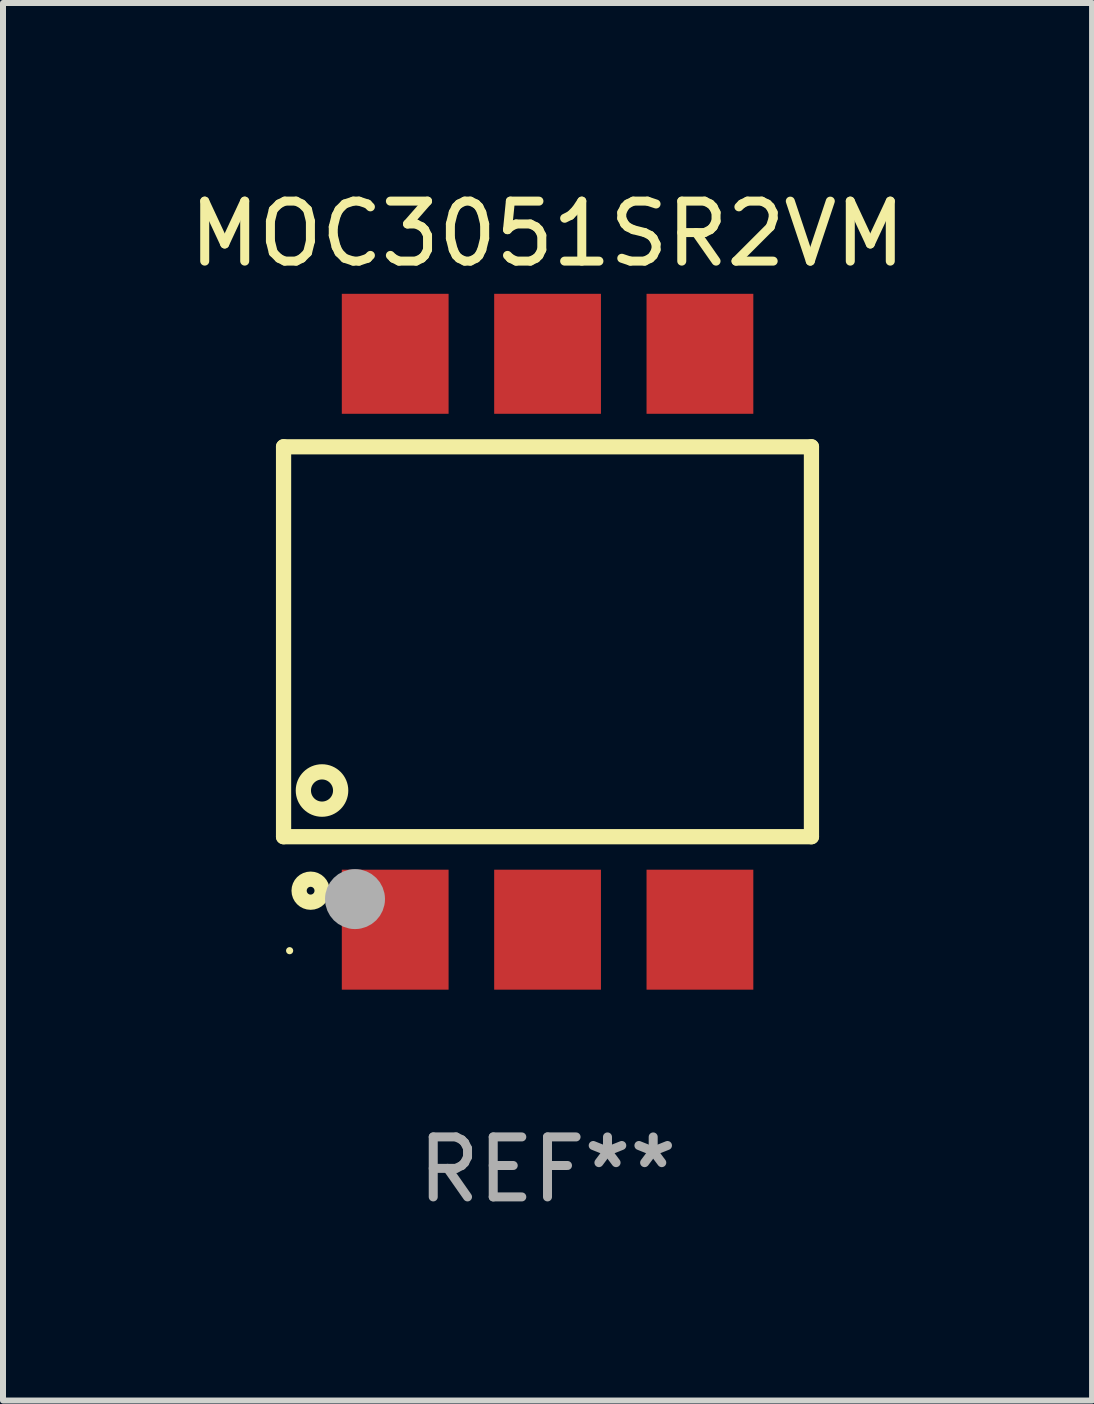
<source format=kicad_pcb>
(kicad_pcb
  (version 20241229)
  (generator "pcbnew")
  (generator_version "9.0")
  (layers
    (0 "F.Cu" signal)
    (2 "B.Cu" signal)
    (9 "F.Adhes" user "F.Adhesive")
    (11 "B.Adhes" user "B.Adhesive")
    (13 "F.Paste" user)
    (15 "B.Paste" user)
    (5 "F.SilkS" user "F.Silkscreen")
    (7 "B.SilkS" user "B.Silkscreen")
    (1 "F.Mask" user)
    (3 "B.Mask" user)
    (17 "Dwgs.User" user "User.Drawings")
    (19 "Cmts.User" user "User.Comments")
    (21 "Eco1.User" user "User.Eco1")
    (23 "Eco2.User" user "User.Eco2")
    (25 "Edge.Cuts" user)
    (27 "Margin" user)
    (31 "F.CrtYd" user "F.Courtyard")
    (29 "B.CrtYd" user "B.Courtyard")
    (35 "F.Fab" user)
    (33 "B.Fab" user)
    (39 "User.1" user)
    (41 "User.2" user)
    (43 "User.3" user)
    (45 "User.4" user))
  (footprint "MOC3051SR2VM"
    (layer "F.Cu")
    (at 6.077 7.648)
    (property "Reference" "MOC3051SR2VM" (at 0 -6.8 0) (layer "F.SilkS") (effects (font (size 1 1) (thickness 0.15))))
    (attr through_hole)
    (fp_line (start -4.4 -3.25) (end -4.4 3.25) (stroke (width 0.254) (type solid)) (layer "F.SilkS"))
    (fp_line (start -4.4 -3.25) (end 4.4 -3.25) (stroke (width 0.254) (type solid)) (layer "F.SilkS"))
    (fp_line (start 4.4 3.25) (end -4.4 3.25) (stroke (width 0.254) (type solid)) (layer "F.SilkS"))
    (fp_line (start 4.4 3.25) (end 4.4 -3.25) (stroke (width 0.254) (type solid)) (layer "F.SilkS"))
    (fp_circle (center -4.299 5.15) (end -4.269 5.15) (stroke (width 0.06) (type solid)) (fill no) (layer "F.SilkS"))
    (fp_circle (center -3.949 4.15) (end -3.757 4.15) (stroke (width 0.254) (type solid)) (fill no) (layer "F.SilkS"))
    (fp_circle (center -3.759 2.48) (end -3.448 2.48) (stroke (width 0.254) (type solid)) (fill no) (layer "F.SilkS"))
    (fp_circle (center -3.209 4.29) (end -2.959 4.29) (stroke (width 0.5) (type solid)) (fill no) (layer "F.Fab"))
    (fp_text user "REF**" (at 0 8.8 0) (layer "F.Fab") (effects (font (size 1 1) (thickness 0.15))))
    (pad "1" smd rect (at -2.539 4.8) (size 1.78 2) (layers "F.Cu" "F.Mask" "F.Paste"))
    (pad "2" smd rect (at 0.001 4.8) (size 1.78 2) (layers "F.Cu" "F.Mask" "F.Paste"))
    (pad "3" smd rect (at 2.541 4.8) (size 1.78 2) (layers "F.Cu" "F.Mask" "F.Paste"))
    (pad "4" smd rect (at 2.541 -4.8) (size 1.78 2) (layers "F.Cu" "F.Mask" "F.Paste"))
    (pad "5" smd rect (at 0.001 -4.8) (size 1.78 2) (layers "F.Cu" "F.Mask" "F.Paste"))
    (pad "6" smd rect (at -2.539 -4.8) (size 1.78 2) (layers "F.Cu" "F.Mask" "F.Paste")))
  (gr_rect
    (start -3 -3)
    (end 15.155 20.297)
    (stroke (width 0.1) (type default))
    (fill no)
    (layer "Edge.Cuts")))
</source>
